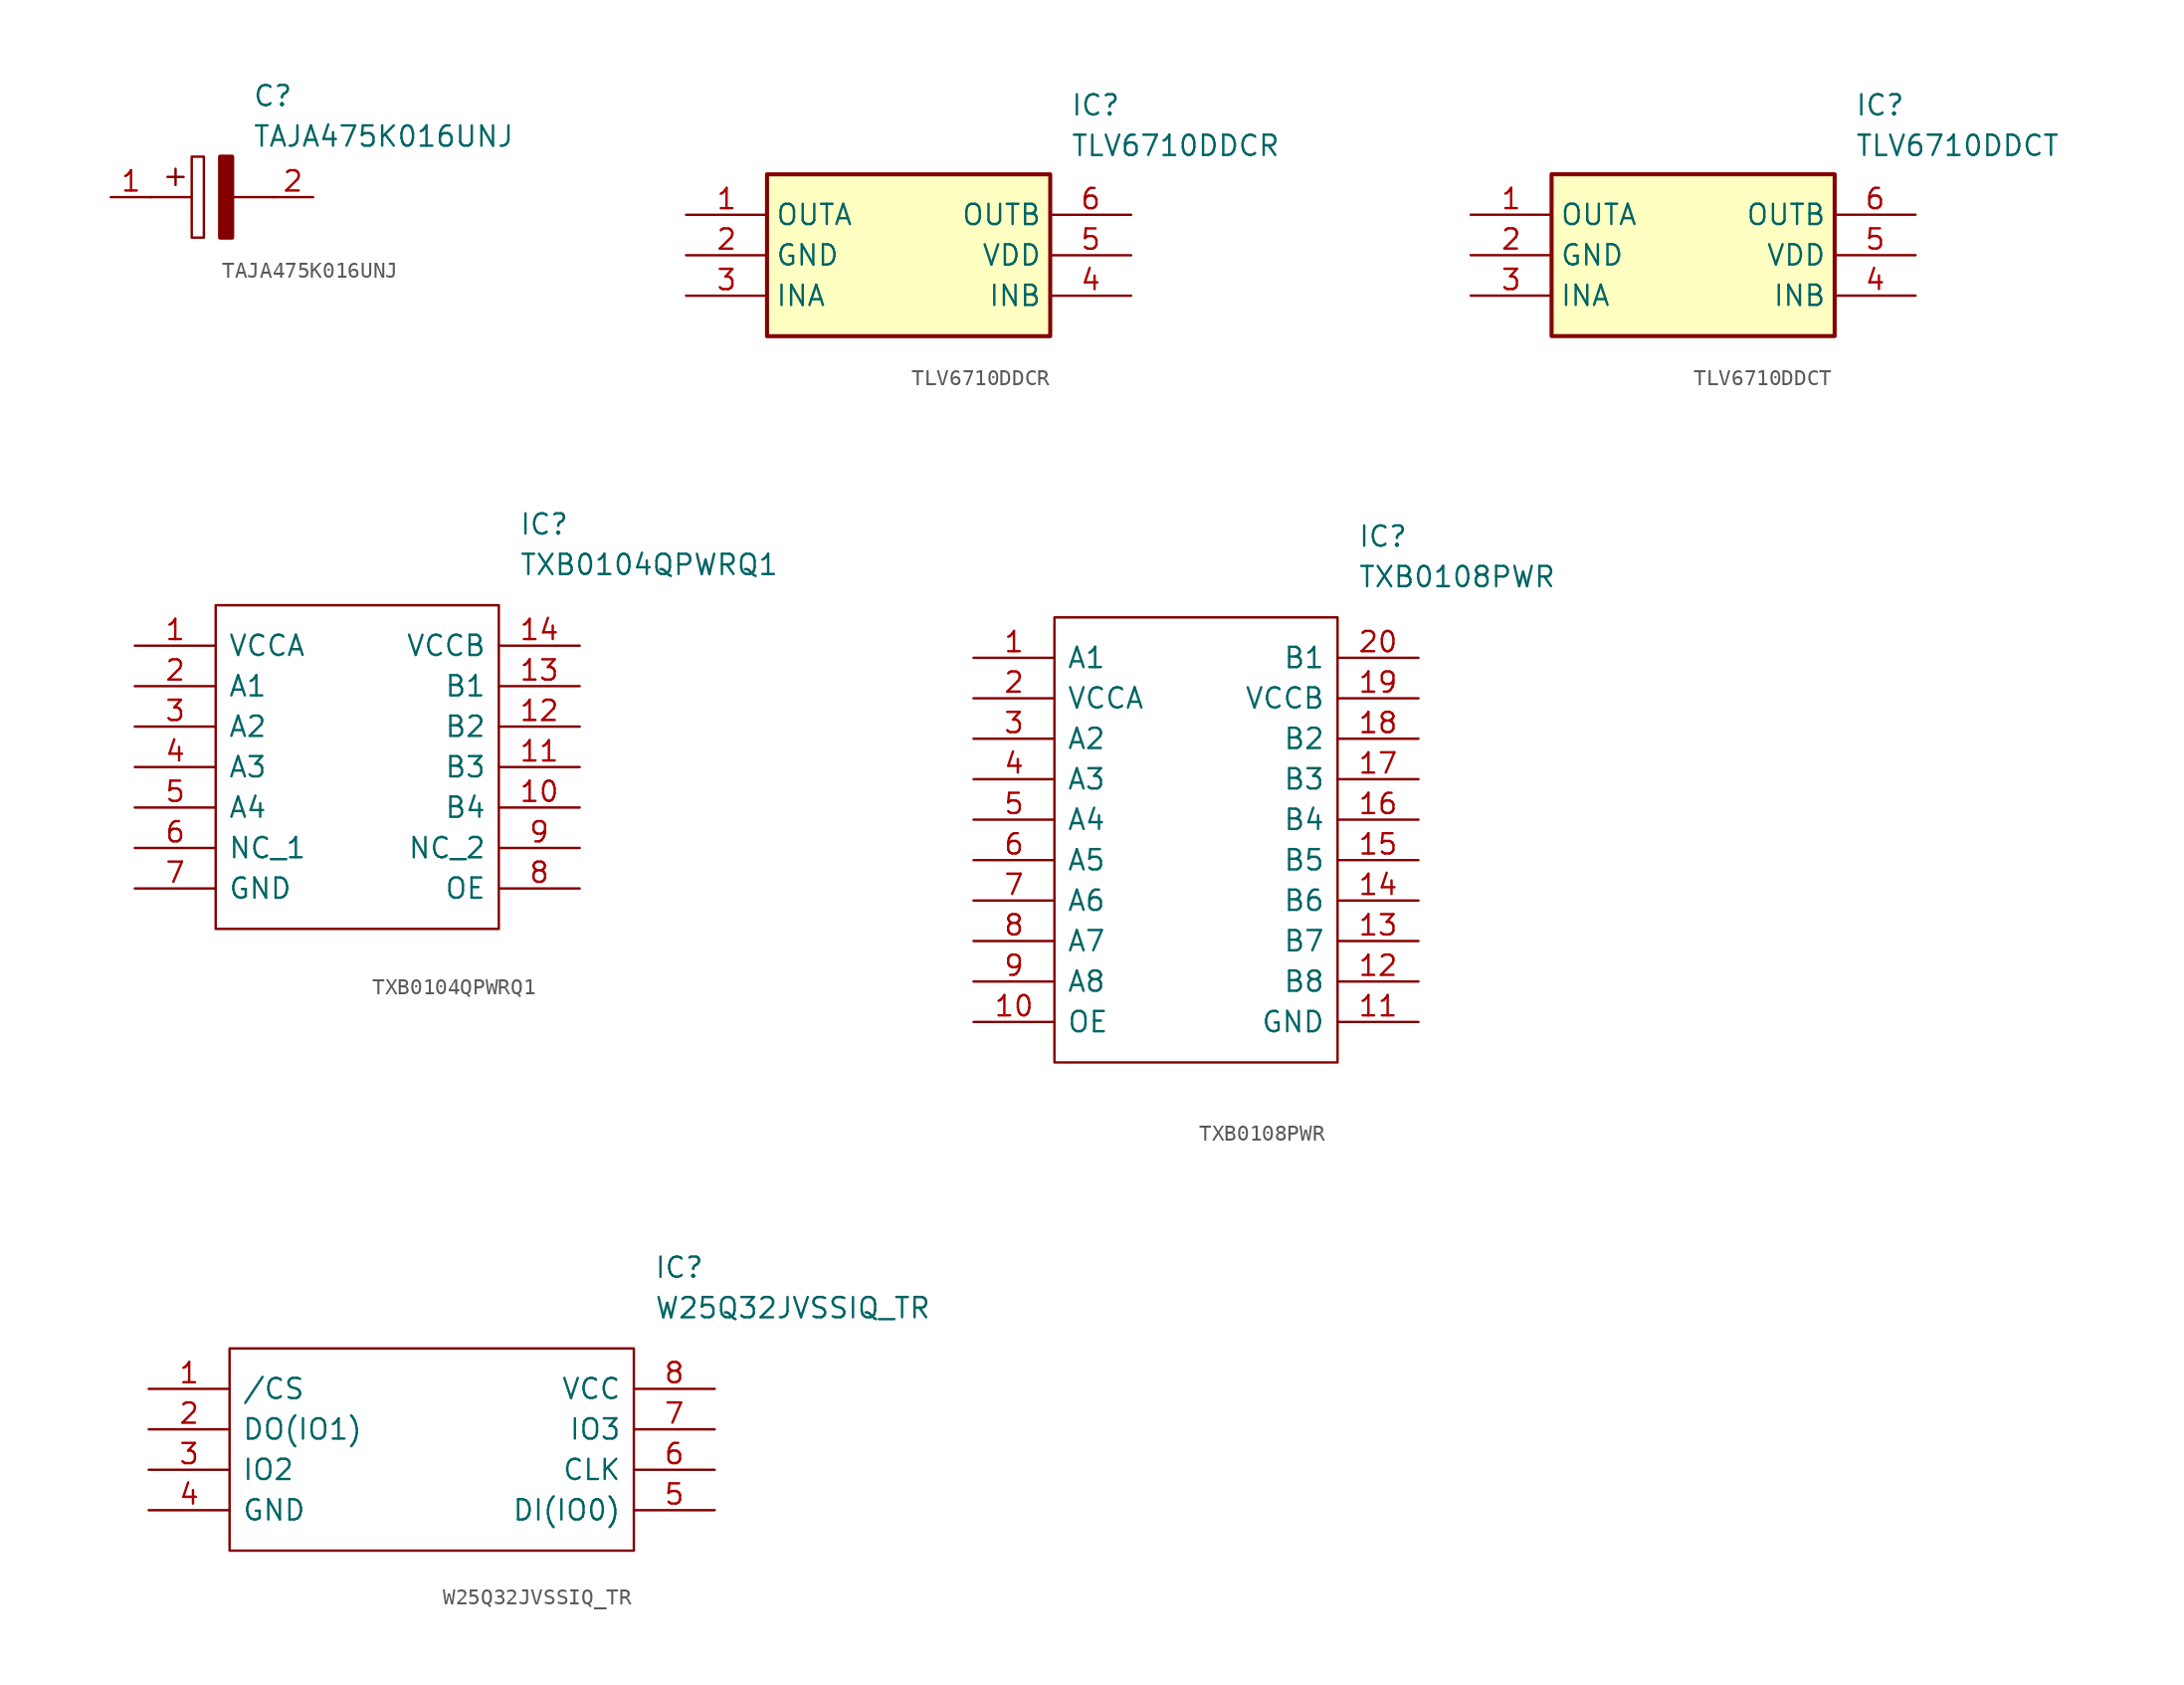
<source format=kicad_sym>
(kicad_symbol_lib
  (version 20231120)
  (generator "kicad_symbol_editor")
  (generator_version "8.0")
  (symbol "TAJA475K016UNJ"
    (pin_names
      (offset 0.762))
    (property "Reference" "C"
      (at 8.89 6.35 0)
      (effects (font (size 1.27 1.27)) (justify left)))
    (property "Value" "TAJA475K016UNJ"
      (at 8.89 3.81 0)
      (effects (font (size 1.27 1.27)) (justify left)))
    (symbol "TAJA475K016UNJ_0_0"
      (pin passive line (at 0 0 0) (length 2.54) (name "~" (effects (font (size 1.27 1.27)))) (number "1" (effects (font (size 1.27 1.27)))))
      (pin passive line (at 12.7 0 180) (length 2.54) (name "~" (effects (font (size 1.27 1.27)))) (number "2" (effects (font (size 1.27 1.27))))))
    (symbol "TAJA475K016UNJ_0_1"
      (polyline (pts (xy 2.54 0) (xy 5.08 0)) (stroke (width 0.152) (type default)) (fill (type none)))
      (polyline (pts (xy 4.064 1.778) (xy 4.064 0.762)) (stroke (width 0.152) (type default)) (fill (type none)))
      (polyline (pts (xy 4.572 1.27) (xy 3.556 1.27)) (stroke (width 0.152) (type default)) (fill (type none)))
      (polyline (pts (xy 7.62 0) (xy 10.16 0)) (stroke (width 0.152) (type default)) (fill (type none)))
      (polyline (pts (xy 5.08 2.54) (xy 5.08 -2.54) (xy 5.842 -2.54) (xy 5.842 2.54) (xy 5.08 2.54)) (stroke (width 0.152) (type default)) (fill (type none)))
      (polyline (pts (xy 7.62 2.54) (xy 7.62 -2.54) (xy 6.858 -2.54) (xy 6.858 2.54) (xy 7.62 2.54)) (stroke (width 0.254) (type default)) (fill (type outline)))))
  (symbol "TLV6710DDCR"
    (property "Reference" "IC"
      (at 24.13 7.62 0)
      (effects (font (size 1.27 1.27)) (justify left top)))
    (property "Value" "TLV6710DDCR"
      (at 24.13 5.08 0)
      (effects (font (size 1.27 1.27)) (justify left top)))
    (symbol "TLV6710DDCR_1_1"
      (rectangle (start 5.08 2.54) (end 22.86 -7.62) (stroke (width 0.254) (type default)) (fill (type background)))
      (pin output line (at 0 0 0) (length 5.08) (name "OUTA" (effects (font (size 1.27 1.27)))) (number "1" (effects (font (size 1.27 1.27)))))
      (pin power_in line (at 0 -2.54 0) (length 5.08) (name "GND" (effects (font (size 1.27 1.27)))) (number "2" (effects (font (size 1.27 1.27)))))
      (pin input line (at 0 -5.08 0) (length 5.08) (name "INA" (effects (font (size 1.27 1.27)))) (number "3" (effects (font (size 1.27 1.27)))))
      (pin passive line (at 27.94 -5.08 180) (length 5.08) (name "INB" (effects (font (size 1.27 1.27)))) (number "4" (effects (font (size 1.27 1.27)))))
      (pin power_in line (at 27.94 -2.54 180) (length 5.08) (name "VDD" (effects (font (size 1.27 1.27)))) (number "5" (effects (font (size 1.27 1.27)))))
      (pin output line (at 27.94 0 180) (length 5.08) (name "OUTB" (effects (font (size 1.27 1.27)))) (number "6" (effects (font (size 1.27 1.27)))))))
  (symbol "TLV6710DDCT"
    (property "Reference" "IC"
      (at 24.13 7.62 0)
      (effects (font (size 1.27 1.27)) (justify left top)))
    (property "Value" "TLV6710DDCT"
      (at 24.13 5.08 0)
      (effects (font (size 1.27 1.27)) (justify left top)))
    (symbol "TLV6710DDCT_1_1"
      (rectangle (start 5.08 2.54) (end 22.86 -7.62) (stroke (width 0.254) (type default)) (fill (type background)))
      (pin passive line (at 0 0 0) (length 5.08) (name "OUTA" (effects (font (size 1.27 1.27)))) (number "1" (effects (font (size 1.27 1.27)))))
      (pin passive line (at 0 -2.54 0) (length 5.08) (name "GND" (effects (font (size 1.27 1.27)))) (number "2" (effects (font (size 1.27 1.27)))))
      (pin passive line (at 0 -5.08 0) (length 5.08) (name "INA" (effects (font (size 1.27 1.27)))) (number "3" (effects (font (size 1.27 1.27)))))
      (pin passive line (at 27.94 -5.08 180) (length 5.08) (name "INB" (effects (font (size 1.27 1.27)))) (number "4" (effects (font (size 1.27 1.27)))))
      (pin passive line (at 27.94 -2.54 180) (length 5.08) (name "VDD" (effects (font (size 1.27 1.27)))) (number "5" (effects (font (size 1.27 1.27)))))
      (pin passive line (at 27.94 0 180) (length 5.08) (name "OUTB" (effects (font (size 1.27 1.27)))) (number "6" (effects (font (size 1.27 1.27)))))))
  (symbol "TXB0104QPWRQ1"
    (pin_names
      (offset 0.762))
    (property "Reference" "IC"
      (at 24.13 7.62 0)
      (effects (font (size 1.27 1.27)) (justify left)))
    (property "Value" "TXB0104QPWRQ1"
      (at 24.13 5.08 0)
      (effects (font (size 1.27 1.27)) (justify left)))
    (symbol "TXB0104QPWRQ1_0_0"
      (pin passive line (at 0 0 0) (length 5.08) (name "VCCA" (effects (font (size 1.27 1.27)))) (number "1" (effects (font (size 1.27 1.27)))))
      (pin passive line (at 27.94 -10.16 180) (length 5.08) (name "B4" (effects (font (size 1.27 1.27)))) (number "10" (effects (font (size 1.27 1.27)))))
      (pin passive line (at 27.94 -7.62 180) (length 5.08) (name "B3" (effects (font (size 1.27 1.27)))) (number "11" (effects (font (size 1.27 1.27)))))
      (pin passive line (at 27.94 -5.08 180) (length 5.08) (name "B2" (effects (font (size 1.27 1.27)))) (number "12" (effects (font (size 1.27 1.27)))))
      (pin passive line (at 27.94 -2.54 180) (length 5.08) (name "B1" (effects (font (size 1.27 1.27)))) (number "13" (effects (font (size 1.27 1.27)))))
      (pin passive line (at 27.94 0 180) (length 5.08) (name "VCCB" (effects (font (size 1.27 1.27)))) (number "14" (effects (font (size 1.27 1.27)))))
      (pin passive line (at 0 -2.54 0) (length 5.08) (name "A1" (effects (font (size 1.27 1.27)))) (number "2" (effects (font (size 1.27 1.27)))))
      (pin passive line (at 0 -5.08 0) (length 5.08) (name "A2" (effects (font (size 1.27 1.27)))) (number "3" (effects (font (size 1.27 1.27)))))
      (pin passive line (at 0 -7.62 0) (length 5.08) (name "A3" (effects (font (size 1.27 1.27)))) (number "4" (effects (font (size 1.27 1.27)))))
      (pin passive line (at 0 -10.16 0) (length 5.08) (name "A4" (effects (font (size 1.27 1.27)))) (number "5" (effects (font (size 1.27 1.27)))))
      (pin passive line (at 0 -12.7 0) (length 5.08) (name "NC_1" (effects (font (size 1.27 1.27)))) (number "6" (effects (font (size 1.27 1.27)))))
      (pin passive line (at 0 -15.24 0) (length 5.08) (name "GND" (effects (font (size 1.27 1.27)))) (number "7" (effects (font (size 1.27 1.27)))))
      (pin passive line (at 27.94 -15.24 180) (length 5.08) (name "OE" (effects (font (size 1.27 1.27)))) (number "8" (effects (font (size 1.27 1.27)))))
      (pin passive line (at 27.94 -12.7 180) (length 5.08) (name "NC_2" (effects (font (size 1.27 1.27)))) (number "9" (effects (font (size 1.27 1.27))))))
    (symbol "TXB0104QPWRQ1_0_1"
      (polyline (pts (xy 5.08 2.54) (xy 22.86 2.54) (xy 22.86 -17.78) (xy 5.08 -17.78) (xy 5.08 2.54)) (stroke (width 0.152) (type default)) (fill (type none)))))
  (symbol "TXB0108PWR"
    (pin_names
      (offset 0.762))
    (property "Reference" "IC"
      (at 24.13 7.62 0)
      (effects (font (size 1.27 1.27)) (justify left)))
    (property "Value" "TXB0108PWR"
      (at 24.13 5.08 0)
      (effects (font (size 1.27 1.27)) (justify left)))
    (symbol "TXB0108PWR_0_0"
      (pin passive line (at 0 0 0) (length 5.08) (name "A1" (effects (font (size 1.27 1.27)))) (number "1" (effects (font (size 1.27 1.27)))))
      (pin passive line (at 0 -22.86 0) (length 5.08) (name "OE" (effects (font (size 1.27 1.27)))) (number "10" (effects (font (size 1.27 1.27)))))
      (pin passive line (at 27.94 -22.86 180) (length 5.08) (name "GND" (effects (font (size 1.27 1.27)))) (number "11" (effects (font (size 1.27 1.27)))))
      (pin passive line (at 27.94 -20.32 180) (length 5.08) (name "B8" (effects (font (size 1.27 1.27)))) (number "12" (effects (font (size 1.27 1.27)))))
      (pin passive line (at 27.94 -17.78 180) (length 5.08) (name "B7" (effects (font (size 1.27 1.27)))) (number "13" (effects (font (size 1.27 1.27)))))
      (pin passive line (at 27.94 -15.24 180) (length 5.08) (name "B6" (effects (font (size 1.27 1.27)))) (number "14" (effects (font (size 1.27 1.27)))))
      (pin passive line (at 27.94 -12.7 180) (length 5.08) (name "B5" (effects (font (size 1.27 1.27)))) (number "15" (effects (font (size 1.27 1.27)))))
      (pin passive line (at 27.94 -10.16 180) (length 5.08) (name "B4" (effects (font (size 1.27 1.27)))) (number "16" (effects (font (size 1.27 1.27)))))
      (pin passive line (at 27.94 -7.62 180) (length 5.08) (name "B3" (effects (font (size 1.27 1.27)))) (number "17" (effects (font (size 1.27 1.27)))))
      (pin passive line (at 27.94 -5.08 180) (length 5.08) (name "B2" (effects (font (size 1.27 1.27)))) (number "18" (effects (font (size 1.27 1.27)))))
      (pin passive line (at 27.94 -2.54 180) (length 5.08) (name "VCCB" (effects (font (size 1.27 1.27)))) (number "19" (effects (font (size 1.27 1.27)))))
      (pin passive line (at 0 -2.54 0) (length 5.08) (name "VCCA" (effects (font (size 1.27 1.27)))) (number "2" (effects (font (size 1.27 1.27)))))
      (pin passive line (at 27.94 0 180) (length 5.08) (name "B1" (effects (font (size 1.27 1.27)))) (number "20" (effects (font (size 1.27 1.27)))))
      (pin passive line (at 0 -5.08 0) (length 5.08) (name "A2" (effects (font (size 1.27 1.27)))) (number "3" (effects (font (size 1.27 1.27)))))
      (pin passive line (at 0 -7.62 0) (length 5.08) (name "A3" (effects (font (size 1.27 1.27)))) (number "4" (effects (font (size 1.27 1.27)))))
      (pin passive line (at 0 -10.16 0) (length 5.08) (name "A4" (effects (font (size 1.27 1.27)))) (number "5" (effects (font (size 1.27 1.27)))))
      (pin passive line (at 0 -12.7 0) (length 5.08) (name "A5" (effects (font (size 1.27 1.27)))) (number "6" (effects (font (size 1.27 1.27)))))
      (pin passive line (at 0 -15.24 0) (length 5.08) (name "A6" (effects (font (size 1.27 1.27)))) (number "7" (effects (font (size 1.27 1.27)))))
      (pin passive line (at 0 -17.78 0) (length 5.08) (name "A7" (effects (font (size 1.27 1.27)))) (number "8" (effects (font (size 1.27 1.27)))))
      (pin passive line (at 0 -20.32 0) (length 5.08) (name "A8" (effects (font (size 1.27 1.27)))) (number "9" (effects (font (size 1.27 1.27))))))
    (symbol "TXB0108PWR_0_1"
      (polyline (pts (xy 5.08 2.54) (xy 22.86 2.54) (xy 22.86 -25.4) (xy 5.08 -25.4) (xy 5.08 2.54)) (stroke (width 0.152) (type default)) (fill (type none)))))
  (symbol "W25Q32JVSSIQ_TR"
    (pin_names
      (offset 0.762))
    (property "Reference" "IC"
      (at 31.75 7.62 0)
      (effects (font (size 1.27 1.27)) (justify left)))
    (property "Value" "W25Q32JVSSIQ_TR"
      (at 31.75 5.08 0)
      (effects (font (size 1.27 1.27)) (justify left)))
    (symbol "W25Q32JVSSIQ_TR_0_0"
      (pin passive line (at 0 0 0) (length 5.08) (name "/CS" (effects (font (size 1.27 1.27)))) (number "1" (effects (font (size 1.27 1.27)))))
      (pin passive line (at 0 -2.54 0) (length 5.08) (name "DO(IO1)" (effects (font (size 1.27 1.27)))) (number "2" (effects (font (size 1.27 1.27)))))
      (pin passive line (at 0 -5.08 0) (length 5.08) (name "IO2" (effects (font (size 1.27 1.27)))) (number "3" (effects (font (size 1.27 1.27)))))
      (pin passive line (at 0 -7.62 0) (length 5.08) (name "GND" (effects (font (size 1.27 1.27)))) (number "4" (effects (font (size 1.27 1.27)))))
      (pin passive line (at 35.56 -7.62 180) (length 5.08) (name "DI(IO0)" (effects (font (size 1.27 1.27)))) (number "5" (effects (font (size 1.27 1.27)))))
      (pin passive line (at 35.56 -5.08 180) (length 5.08) (name "CLK" (effects (font (size 1.27 1.27)))) (number "6" (effects (font (size 1.27 1.27)))))
      (pin passive line (at 35.56 -2.54 180) (length 5.08) (name "IO3" (effects (font (size 1.27 1.27)))) (number "7" (effects (font (size 1.27 1.27)))))
      (pin passive line (at 35.56 0 180) (length 5.08) (name "VCC" (effects (font (size 1.27 1.27)))) (number "8" (effects (font (size 1.27 1.27))))))
    (symbol "W25Q32JVSSIQ_TR_0_1"
      (polyline (pts (xy 5.08 2.54) (xy 30.48 2.54) (xy 30.48 -10.16) (xy 5.08 -10.16) (xy 5.08 2.54)) (stroke (width 0.152) (type default)) (fill (type none))))))
</source>
